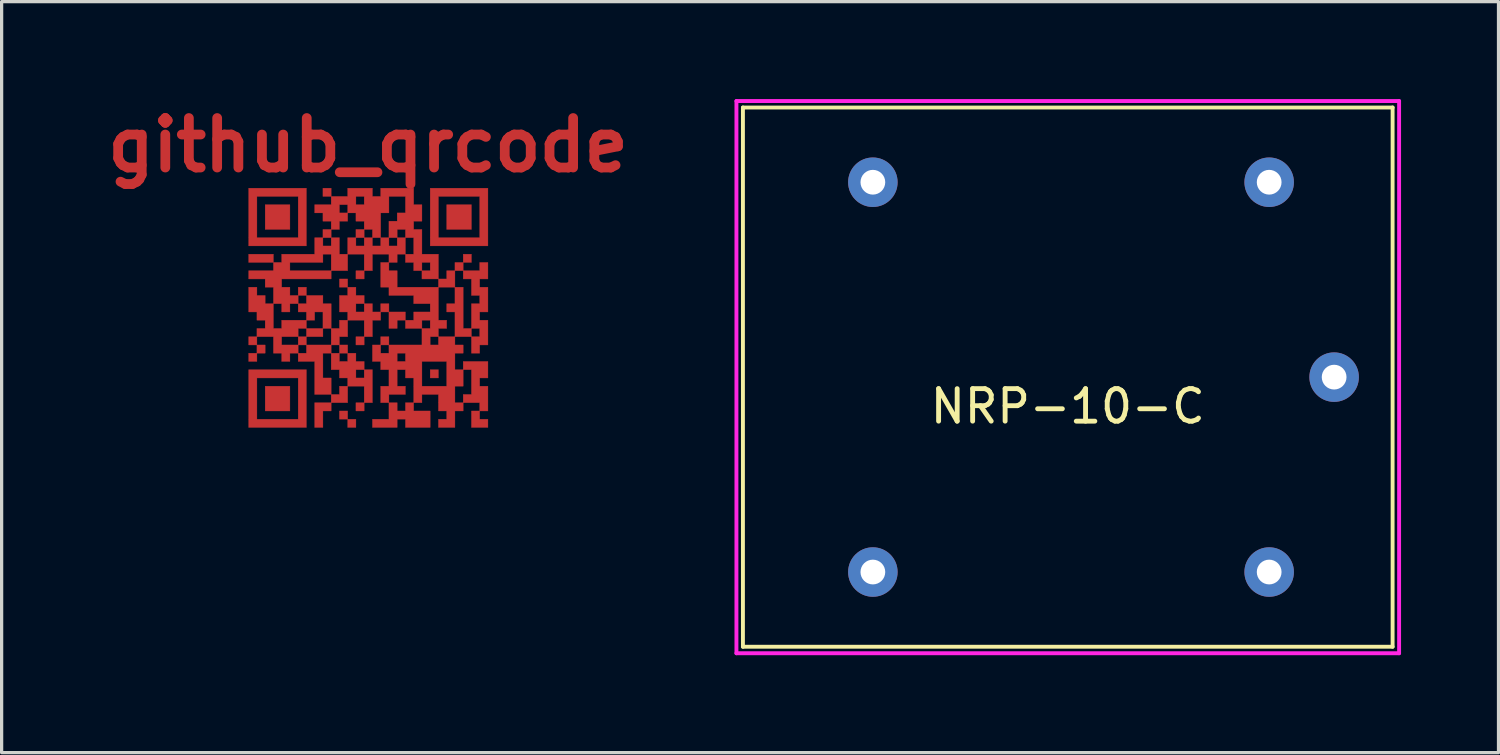
<source format=kicad_pcb>
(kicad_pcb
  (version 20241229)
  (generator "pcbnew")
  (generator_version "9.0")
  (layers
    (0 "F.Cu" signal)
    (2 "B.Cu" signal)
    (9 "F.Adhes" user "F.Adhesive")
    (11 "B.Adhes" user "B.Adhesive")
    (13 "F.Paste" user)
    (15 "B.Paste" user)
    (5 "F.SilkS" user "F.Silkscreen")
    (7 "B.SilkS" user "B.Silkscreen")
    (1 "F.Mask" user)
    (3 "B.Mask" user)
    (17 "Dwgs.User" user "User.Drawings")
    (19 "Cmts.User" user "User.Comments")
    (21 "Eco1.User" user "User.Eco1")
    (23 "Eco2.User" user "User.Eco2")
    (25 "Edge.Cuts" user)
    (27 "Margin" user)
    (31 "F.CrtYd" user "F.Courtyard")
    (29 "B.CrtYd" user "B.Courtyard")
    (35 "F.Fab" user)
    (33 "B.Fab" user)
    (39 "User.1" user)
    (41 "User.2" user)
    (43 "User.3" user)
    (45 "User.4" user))
  (footprint "NRP-10-C"
    (layer "F.Cu")
    (at 29.821 8.56)
    (property "Reference" "NRP-10-C" (at 0 0.9 0) (layer "F.SilkS") (effects (font (size 1 1) (thickness 0.15))))
    (attr through_hole)
    (fp_line (start -10 -8.3) (end -10 8.3) (stroke (width 0.12) (type solid)) (layer "F.SilkS"))
    (fp_line (start -10 8.3) (end 10 8.3) (stroke (width 0.12) (type solid)) (layer "F.SilkS"))
    (fp_line (start 10 -8.3) (end -10 -8.3) (stroke (width 0.12) (type solid)) (layer "F.SilkS"))
    (fp_line (start 10 8.3) (end 10 -8.3) (stroke (width 0.12) (type solid)) (layer "F.SilkS"))
    (fp_line (start -10.2 -8.5) (end 10.2 -8.5) (stroke (width 0.12) (type solid)) (layer "F.CrtYd"))
    (fp_line (start -10.2 8.5) (end -10.2 -8.5) (stroke (width 0.12) (type solid)) (layer "F.CrtYd"))
    (fp_line (start 10.2 -8.5) (end 10.2 8.5) (stroke (width 0.12) (type solid)) (layer "F.CrtYd"))
    (fp_line (start 10.2 8.5) (end -10.2 8.5) (stroke (width 0.12) (type solid)) (layer "F.CrtYd"))
    (pad "1" thru_hole circle (at -6 -6) (size 1.524 1.524) (drill 0.762) (layers "*.Cu" "*.Mask"))
    (pad "2" thru_hole circle (at -6 6) (size 1.524 1.524) (drill 0.762) (layers "*.Cu" "*.Mask"))
    (pad "3" thru_hole circle (at 6.2 6) (size 1.524 1.524) (drill 0.762) (layers "*.Cu" "*.Mask"))
    (pad "4" thru_hole circle (at 8.2 0) (size 1.524 1.524) (drill 0.762) (layers "*.Cu" "*.Mask"))
    (pad "5" thru_hole circle (at 6.2 -6) (size 1.524 1.524) (drill 0.762) (layers "*.Cu" "*.Mask")))
  (footprint "github_qrcode"
    (layer "F.Cu")
    (at 8.28 6.418)
    (property "Reference" "github_qrcode" (at 0 -5 0) (layer "F.Cu") (effects (font (size 1.524 1.524) (thickness 0.3))))
    (attr through_hole)
    (fp_poly (pts (xy -3.675 -1.389) (xy -3.675 -1.643) (xy -2.913 -1.643) (xy -2.913 -1.389) (xy -3.675 -1.389)) (stroke (width 0.01) (type solid)) (fill yes) (layer "F.Cu"))
    (fp_poly (pts (xy -3.675 1.151) (xy -3.675 0.897) (xy -3.421 0.897) (xy -3.421 1.151) (xy -3.675 1.151)) (stroke (width 0.01) (type solid)) (fill yes) (layer "F.Cu"))
    (fp_poly (pts (xy -3.421 1.151) (xy -3.167 1.151) (xy -3.167 1.405) (xy -3.421 1.405) (xy -3.421 1.151)) (stroke (width 0.01) (type solid)) (fill yes) (layer "F.Cu"))
    (fp_poly (pts (xy -3.421 1.659) (xy -3.675 1.659) (xy -3.675 1.405) (xy -3.421 1.405) (xy -3.421 1.659)) (stroke (width 0.01) (type solid)) (fill yes) (layer "F.Cu"))
    (fp_poly (pts (xy -2.405 -2.405) (xy -3.167 -2.405) (xy -3.167 -3.167) (xy -2.405 -3.167) (xy -2.405 -2.405)) (stroke (width 0.01) (type solid)) (fill yes) (layer "F.Cu"))
    (fp_poly (pts (xy -2.405 3.183) (xy -3.167 3.183) (xy -3.167 2.421) (xy -2.405 2.421) (xy -2.405 3.183)) (stroke (width 0.01) (type solid)) (fill yes) (layer "F.Cu"))
    (fp_poly (pts (xy -2.151 -0.373) (xy -2.151 -0.627) (xy -1.897 -0.627) (xy -1.897 -0.373) (xy -2.151 -0.373)) (stroke (width 0.01) (type solid)) (fill yes) (layer "F.Cu"))
    (fp_poly (pts (xy -1.897 0.643) (xy -1.389 0.643) (xy -1.389 0.897) (xy -1.897 0.897) (xy -1.897 0.643)) (stroke (width 0.01) (type solid)) (fill yes) (layer "F.Cu"))
    (fp_poly (pts (xy -1.897 1.151) (xy -2.151 1.151) (xy -2.151 0.897) (xy -1.897 0.897) (xy -1.897 1.151)) (stroke (width 0.01) (type solid)) (fill yes) (layer "F.Cu"))
    (fp_poly (pts (xy -1.389 -3.421) (xy -1.389 -3.675) (xy -1.135 -3.675) (xy -1.135 -3.421) (xy -1.389 -3.421)) (stroke (width 0.01) (type solid)) (fill yes) (layer "F.Cu"))
    (fp_poly (pts (xy -1.389 -2.405) (xy -1.135 -2.405) (xy -1.135 -2.151) (xy -1.389 -2.151) (xy -1.389 -2.405)) (stroke (width 0.01) (type solid)) (fill yes) (layer "F.Cu"))
    (fp_poly (pts (xy -0.881 3.437) (xy -0.881 3.183) (xy -0.627 3.183) (xy -0.627 3.437) (xy -0.881 3.437)) (stroke (width 0.01) (type solid)) (fill yes) (layer "F.Cu"))
    (fp_poly (pts (xy -0.627 -0.627) (xy -0.881 -0.627) (xy -0.881 -0.881) (xy -0.627 -0.881) (xy -0.627 -0.627)) (stroke (width 0.01) (type solid)) (fill yes) (layer "F.Cu"))
    (fp_poly (pts (xy -0.373 -2.405) (xy -0.119 -2.405) (xy -0.119 -2.151) (xy -0.373 -2.151) (xy -0.373 -2.405)) (stroke (width 0.01) (type solid)) (fill yes) (layer "F.Cu"))
    (fp_poly (pts (xy -0.373 3.437) (xy -0.373 3.691) (xy -0.627 3.691) (xy -0.627 3.437) (xy -0.373 3.437)) (stroke (width 0.01) (type solid)) (fill yes) (layer "F.Cu"))
    (fp_poly (pts (xy -0.119 -0.881) (xy -0.373 -0.881) (xy -0.373 -1.135) (xy -0.119 -1.135) (xy -0.119 -0.881)) (stroke (width 0.01) (type solid)) (fill yes) (layer "F.Cu"))
    (fp_poly (pts (xy -0.119 1.151) (xy -0.373 1.151) (xy -0.373 0.897) (xy -0.119 0.897) (xy -0.119 1.151)) (stroke (width 0.01) (type solid)) (fill yes) (layer "F.Cu"))
    (fp_poly (pts (xy -0.119 3.183) (xy -0.373 3.183) (xy -0.373 2.929) (xy -0.119 2.929) (xy -0.119 3.183)) (stroke (width 0.01) (type solid)) (fill yes) (layer "F.Cu"))
    (fp_poly (pts (xy 0.389 -0.119) (xy 0.643 -0.119) (xy 0.643 0.135) (xy 0.389 0.135) (xy 0.389 -0.119)) (stroke (width 0.01) (type solid)) (fill yes) (layer "F.Cu"))
    (fp_poly (pts (xy 2.167 2.167) (xy 1.913 2.167) (xy 1.913 1.913) (xy 2.167 1.913) (xy 2.167 2.167)) (stroke (width 0.01) (type solid)) (fill yes) (layer "F.Cu"))
    (fp_poly (pts (xy 2.929 -1.643) (xy 3.183 -1.643) (xy 3.183 -1.389) (xy 2.929 -1.389) (xy 2.929 -1.643)) (stroke (width 0.01) (type solid)) (fill yes) (layer "F.Cu"))
    (fp_poly (pts (xy 3.183 -2.405) (xy 2.421 -2.405) (xy 2.421 -3.167) (xy 3.183 -3.167) (xy 3.183 -2.405)) (stroke (width 0.01) (type solid)) (fill yes) (layer "F.Cu"))
    (fp_poly (pts (xy -1.135 3.183) (xy -1.389 3.183) (xy -1.389 3.691) (xy -1.643 3.691) (xy -1.643 2.929) (xy -1.135 2.929) (xy -1.135 3.183)) (stroke (width 0.01) (type solid)) (fill yes) (layer "F.Cu"))
    (fp_poly (pts (xy -0.627 2.929) (xy -1.135 2.929) (xy -1.135 2.675) (xy -0.881 2.675) (xy -0.881 2.421) (xy -0.627 2.421) (xy -0.627 2.929)) (stroke (width 0.01) (type solid)) (fill yes) (layer "F.Cu"))
    (fp_poly (pts (xy 0.897 0.389) (xy 0.897 0.643) (xy 0.643 0.643) (xy 0.643 0.135) (xy 1.151 0.135) (xy 1.151 0.389) (xy 0.897 0.389)) (stroke (width 0.01) (type solid)) (fill yes) (layer "F.Cu"))
    (fp_poly (pts (xy 3.437 3.437) (xy 3.691 3.437) (xy 3.691 3.691) (xy 3.183 3.691) (xy 3.183 3.183) (xy 3.437 3.183) (xy 3.437 3.437)) (stroke (width 0.01) (type solid)) (fill yes) (layer "F.Cu"))
    (fp_poly (pts (xy -0.627 0.897) (xy -0.881 0.897) (xy -0.881 1.151) (xy -1.135 1.151) (xy -1.135 0.643) (xy -0.881 0.643) (xy -0.881 0.389) (xy -0.627 0.389) (xy -0.627 0.897)) (stroke (width 0.01) (type solid)) (fill yes) (layer "F.Cu"))
    (fp_poly (pts (xy -1.897 -1.897) (xy -3.675 -1.897) (xy -3.675 -3.421) (xy -3.421 -3.421) (xy -3.421 -2.151) (xy -2.151 -2.151) (xy -2.151 -3.421) (xy -3.421 -3.421) (xy -3.675 -3.421) (xy -3.675 -3.675) (xy -1.897 -3.675) (xy -1.897 -1.897)) (stroke (width 0.01) (type solid)) (fill yes) (layer "F.Cu"))
    (fp_poly (pts (xy -1.897 3.691) (xy -3.675 3.691) (xy -3.675 2.167) (xy -3.421 2.167) (xy -3.421 3.437) (xy -2.151 3.437) (xy -2.151 2.167) (xy -3.421 2.167) (xy -3.675 2.167) (xy -3.675 1.913) (xy -1.897 1.913) (xy -1.897 3.691)) (stroke (width 0.01) (type solid)) (fill yes) (layer "F.Cu"))
    (fp_poly (pts (xy 3.691 -1.897) (xy 1.913 -1.897) (xy 1.913 -3.421) (xy 2.167 -3.421) (xy 2.167 -2.151) (xy 3.437 -2.151) (xy 3.437 -3.421) (xy 2.167 -3.421) (xy 1.913 -3.421) (xy 1.913 -3.675) (xy 3.691 -3.675) (xy 3.691 -1.897)) (stroke (width 0.01) (type solid)) (fill yes) (layer "F.Cu"))
    (fp_poly (pts (xy -1.135 1.405) (xy -1.389 1.405) (xy -1.389 2.167) (xy -1.135 2.167) (xy -1.135 2.675) (xy -1.643 2.675) (xy -1.643 1.659) (xy -2.151 1.659) (xy -2.151 1.405) (xy -1.897 1.405) (xy -1.897 1.151) (xy -1.135 1.151) (xy -1.135 1.405)) (stroke (width 0.01) (type solid)) (fill yes) (layer "F.Cu"))
    (fp_poly (pts (xy -1.389 0.135) (xy -1.643 0.135) (xy -1.643 0.389) (xy -1.897 0.389) (xy -1.897 0.135) (xy -2.151 0.135) (xy -2.151 -0.119) (xy -1.897 -0.119) (xy -1.897 -0.373) (xy -1.389 -0.373) (xy -1.389 -0.119) (xy -1.135 -0.119) (xy -1.135 0.643) (xy -1.389 0.643) (xy -1.389 0.135)) (stroke (width 0.01) (type solid)) (fill yes) (layer "F.Cu"))
    (fp_poly (pts (xy -0.119 -1.643) (xy -0.627 -1.643) (xy -0.627 -2.151) (xy -0.373 -2.151) (xy -0.373 -1.897) (xy -0.119 -1.897) (xy -0.119 -2.151) (xy 0.135 -2.151) (xy 0.135 -1.897) (xy 0.389 -1.897) (xy 0.389 -2.151) (xy 0.643 -2.151) (xy 0.643 -1.897) (xy 0.897 -1.897) (xy 0.897 -2.151) (xy 1.151 -2.151) (xy 1.151 -1.643) (xy 0.897 -1.643) (xy 0.897 -1.389) (xy 0.643 -1.389) (xy 0.643 -1.643) (xy 0.135 -1.643) (xy 0.135 -1.135) (xy -0.119 -1.135) (xy -0.119 -1.643)) (stroke (width 0.01) (type solid)) (fill yes) (layer "F.Cu"))
    (fp_poly (pts (xy 0.135 -0.119) (xy 0.135 0.135) (xy 0.389 0.135) (xy 0.389 0.389) (xy 0.135 0.389) (xy 0.135 0.897) (xy -0.119 0.897) (xy -0.119 0.389) (xy -0.627 0.389) (xy -0.627 0.135) (xy -0.881 0.135) (xy -0.881 -0.119) (xy -0.373 -0.119) (xy -0.373 0.135) (xy -0.119 0.135) (xy -0.119 -0.119) (xy -0.373 -0.119) (xy -0.881 -0.119) (xy -0.881 -0.373) (xy -0.627 -0.373) (xy -0.627 -0.627) (xy -0.373 -0.627) (xy -0.373 -0.373) (xy -0.119 -0.373) (xy -0.119 -0.119) (xy 0.135 -0.119)) (stroke (width 0.01) (type solid)) (fill yes) (layer "F.Cu"))
    (fp_poly (pts (xy -0.373 1.405) (xy -0.373 1.659) (xy -0.119 1.659) (xy -0.119 1.913) (xy 0.135 1.913) (xy 0.135 2.929) (xy -0.119 2.929) (xy -0.119 2.421) (xy -0.627 2.421) (xy -0.627 2.167) (xy -0.881 2.167) (xy -0.881 1.913) (xy -0.373 1.913) (xy -0.373 2.167) (xy -0.119 2.167) (xy -0.119 1.913) (xy -0.373 1.913) (xy -0.881 1.913) (xy -1.135 1.913) (xy -1.135 1.405) (xy -0.881 1.405) (xy -0.881 1.659) (xy -0.627 1.659) (xy -0.627 1.405) (xy -0.881 1.405) (xy -0.881 1.151) (xy -0.627 1.151) (xy -0.627 1.405) (xy -0.373 1.405)) (stroke (width 0.01) (type solid)) (fill yes) (layer "F.Cu"))
    (fp_poly (pts (xy -2.405 1.405) (xy -2.405 1.659) (xy -2.659 1.659) (xy -2.659 1.405) (xy -2.913 1.405) (xy -2.913 0.897) (xy -3.421 0.897) (xy -3.421 0.643) (xy -3.167 0.643) (xy -3.167 0.389) (xy -3.421 0.389) (xy -3.421 0.135) (xy -3.675 0.135) (xy -3.675 -0.627) (xy -3.421 -0.627) (xy -3.421 -0.373) (xy -3.167 -0.373) (xy -3.167 -0.119) (xy -2.913 -0.119) (xy -2.913 0.643) (xy -2.659 0.643) (xy -2.659 0.389) (xy -1.897 0.389) (xy -1.897 0.643) (xy -2.151 0.643) (xy -2.151 0.897) (xy -2.659 0.897) (xy -2.659 1.151) (xy -2.151 1.151) (xy -2.151 1.405) (xy -2.405 1.405)) (stroke (width 0.01) (type solid)) (fill yes) (layer "F.Cu"))
    (fp_poly (pts (xy -1.135 -0.881) (xy -2.659 -0.881) (xy -2.659 -0.627) (xy -2.405 -0.627) (xy -2.405 -0.373) (xy -2.151 -0.373) (xy -2.151 -0.119) (xy -2.405 -0.119) (xy -2.405 0.135) (xy -2.659 0.135) (xy -2.659 -0.119) (xy -2.913 -0.119) (xy -2.913 -0.627) (xy -3.167 -0.627) (xy -3.167 -0.881) (xy -3.675 -0.881) (xy -3.675 -1.135) (xy -2.913 -1.135) (xy -2.913 -1.389) (xy -2.659 -1.389) (xy -2.405 -1.389) (xy -2.405 -1.135) (xy -1.135 -1.135) (xy -1.135 -1.643) (xy -1.389 -1.643) (xy -1.389 -1.389) (xy -2.405 -1.389) (xy -2.659 -1.389) (xy -2.659 -1.643) (xy -1.643 -1.643) (xy -1.643 -2.151) (xy -1.389 -2.151) (xy -1.389 -1.897) (xy -1.135 -1.897) (xy -1.135 -2.151) (xy -0.881 -2.151) (xy -0.881 -1.643) (xy -0.627 -1.643) (xy -0.627 -1.135) (xy -1.135 -1.135) (xy -1.135 -0.881)) (stroke (width 0.01) (type solid)) (fill yes) (layer "F.Cu"))
    (fp_poly (pts (xy 1.659 -0.881) (xy 1.659 -1.135) (xy 1.405 -1.135) (xy 1.405 -1.389) (xy 1.659 -1.389) (xy 1.659 -1.135) (xy 1.913 -1.135) (xy 1.913 -1.389) (xy 1.659 -1.389) (xy 1.405 -1.389) (xy 1.151 -1.389) (xy 1.151 -1.643) (xy 1.405 -1.643) (xy 1.405 -2.151) (xy 1.151 -2.151) (xy 1.151 -2.405) (xy 0.897 -2.405) (xy 0.897 -2.151) (xy 0.643 -2.151) (xy 0.643 -2.659) (xy 0.897 -2.659) (xy 0.897 -2.913) (xy 1.151 -2.913) (xy 1.151 -3.421) (xy 0.643 -3.421) (xy 0.643 -2.913) (xy 0.389 -2.913) (xy 0.389 -2.151) (xy 0.135 -2.151) (xy 0.135 -2.405) (xy -0.119 -2.405) (xy -0.119 -2.659) (xy -0.373 -2.659) (xy -0.373 -2.913) (xy -0.627 -2.913) (xy -0.627 -2.659) (xy -0.881 -2.659) (xy -0.881 -2.405) (xy -1.135 -2.405) (xy -1.135 -2.659) (xy -1.389 -2.659) (xy -1.389 -2.913) (xy -1.643 -2.913) (xy -1.643 -3.167) (xy -1.135 -3.167) (xy -0.881 -3.167) (xy -0.881 -2.913) (xy -0.627 -2.913) (xy -0.627 -3.167) (xy -0.881 -3.167) (xy -1.135 -3.167) (xy -1.135 -3.421) (xy -0.627 -3.421) (xy -0.373 -3.421) (xy -0.373 -3.167) (xy -0.119 -3.167) (xy -0.119 -3.421) (xy -0.373 -3.421) (xy -0.627 -3.421) (xy -0.627 -3.675) (xy 0.135 -3.675) (xy 0.135 -3.421) (xy 0.389 -3.421) (xy 0.389 -3.675) (xy 1.405 -3.675) (xy 1.405 -3.167) (xy 1.659 -3.167) (xy 1.659 -2.659) (xy 1.405 -2.659) (xy 1.405 -2.405) (xy 1.659 -2.405) (xy 1.659 -1.643) (xy 2.167 -1.643) (xy 2.167 -0.881) (xy 1.659 -0.881)) (stroke (width 0.01) (type solid)) (fill yes) (layer "F.Cu"))
    (fp_poly (pts (xy 2.929 -1.135) (xy 3.437 -1.135) (xy 3.437 -1.389) (xy 3.691 -1.389) (xy 3.691 -0.881) (xy 3.437 -0.881) (xy 3.437 -0.627) (xy 3.691 -0.627) (xy 3.691 0.135) (xy 3.437 0.135) (xy 3.437 0.389) (xy 3.691 0.389) (xy 3.691 1.151) (xy 3.437 1.151) (xy 3.437 1.405) (xy 3.183 1.405) (xy 3.183 0.897) (xy 3.437 0.897) (xy 3.437 0.643) (xy 3.183 0.643) (xy 3.183 0.897) (xy 2.675 0.897) (xy 2.675 1.151) (xy 2.929 1.151) (xy 2.929 1.405) (xy 2.675 1.405) (xy 2.675 1.913) (xy 2.929 1.913) (xy 2.929 1.659) (xy 3.691 1.659) (xy 3.691 2.167) (xy 3.437 2.167) (xy 3.437 2.421) (xy 3.691 2.421) (xy 3.691 3.183) (xy 3.437 3.183) (xy 3.437 2.929) (xy 2.929 2.929) (xy 2.929 3.183) (xy 2.675 3.183) (xy 2.675 3.691) (xy 2.167 3.691) (xy 2.167 3.437) (xy 2.421 3.437) (xy 2.421 3.183) (xy 2.167 3.183) (xy 2.167 2.675) (xy 1.659 2.675) (xy 1.659 2.929) (xy 1.405 2.929) (xy 1.405 3.183) (xy 1.913 3.183) (xy 1.913 3.691) (xy 1.151 3.691) (xy 1.151 3.437) (xy 0.897 3.437) (xy 0.897 3.691) (xy 0.135 3.691) (xy 0.135 3.437) (xy 0.643 3.437) (xy 0.643 2.929) (xy 0.389 2.929) (xy 0.389 2.675) (xy 0.643 2.675) (xy 0.643 2.929) (xy 0.897 2.929) (xy 0.897 3.183) (xy 1.151 3.183) (xy 1.151 2.929) (xy 1.405 2.929) (xy 1.405 2.167) (xy 1.151 2.167) (xy 1.151 1.913) (xy 0.897 1.913) (xy 0.897 2.421) (xy 1.151 2.421) (xy 1.151 2.675) (xy 0.643 2.675) (xy 0.389 2.675) (xy 0.389 2.421) (xy 0.643 2.421) (xy 0.643 1.913) (xy 0.389 1.913) (xy 0.389 1.659) (xy 0.135 1.659) (xy 0.135 1.151) (xy 0.389 1.151) (xy 0.389 1.405) (xy 0.643 1.405) (xy 0.897 1.405) (xy 0.897 1.659) (xy 1.151 1.659) (xy 1.659 1.659) (xy 1.659 2.421) (xy 2.421 2.421) (xy 2.675 2.421) (xy 2.675 2.929) (xy 2.929 2.929) (xy 2.929 2.675) (xy 3.183 2.675) (xy 3.183 1.913) (xy 2.929 1.913) (xy 2.929 2.421) (xy 2.675 2.421) (xy 2.421 2.421) (xy 2.421 1.659) (xy 1.659 1.659) (xy 1.151 1.659) (xy 1.151 1.405) (xy 0.897 1.405) (xy 0.643 1.405) (xy 0.643 1.151) (xy 0.389 1.151) (xy 0.389 0.897) (xy 0.643 0.897) (xy 0.643 1.151) (xy 1.659 1.151) (xy 1.659 0.897) (xy 1.913 0.897) (xy 1.913 1.151) (xy 2.167 1.151) (xy 2.167 0.897) (xy 1.913 0.897) (xy 1.659 0.897) (xy 1.659 0.643) (xy 1.151 0.643) (xy 1.151 0.389) (xy 1.405 0.389) (xy 1.659 0.389) (xy 1.659 0.643) (xy 1.913 0.643) (xy 1.913 0.389) (xy 1.659 0.389) (xy 1.405 0.389) (xy 1.405 0.135) (xy 1.913 0.135) (xy 1.913 -0.119) (xy 1.405 -0.119) (xy 1.405 -0.373) (xy 0.643 -0.373) (xy 0.643 -0.627) (xy 0.389 -0.627) (xy 0.389 -1.389) (xy 0.643 -1.389) (xy 0.643 -1.135) (xy 0.897 -1.135) (xy 0.897 -0.627) (xy 2.167 -0.627) (xy 2.167 0.389) (xy 2.421 0.389) (xy 2.421 0.643) (xy 2.167 0.643) (xy 2.167 0.897) (xy 2.675 0.897) (xy 2.675 0.135) (xy 2.421 0.135) (xy 2.421 -0.119) (xy 2.675 -0.119) (xy 2.675 -0.627) (xy 2.167 -0.627) (xy 2.167 -0.881) (xy 2.421 -0.881) (xy 2.421 -1.135) (xy 2.675 -1.135) (xy 2.675 -0.627) (xy 2.929 -0.627) (xy 2.929 0.643) (xy 3.183 0.643) (xy 3.183 -0.119) (xy 3.437 -0.119) (xy 3.437 -0.373) (xy 3.183 -0.373) (xy 3.183 -0.881) (xy 2.929 -0.881) (xy 2.929 -1.135) (xy 2.675 -1.135) (xy 2.675 -1.389) (xy 2.929 -1.389) (xy 2.929 -1.135)) (stroke (width 0.01) (type solid)) (fill yes) (layer "F.Cu")))
  (gr_rect
    (start -3 -3)
    (end 43.081 20.12)
    (stroke (width 0.1) (type default))
    (fill no)
    (layer "Edge.Cuts")))
</source>
